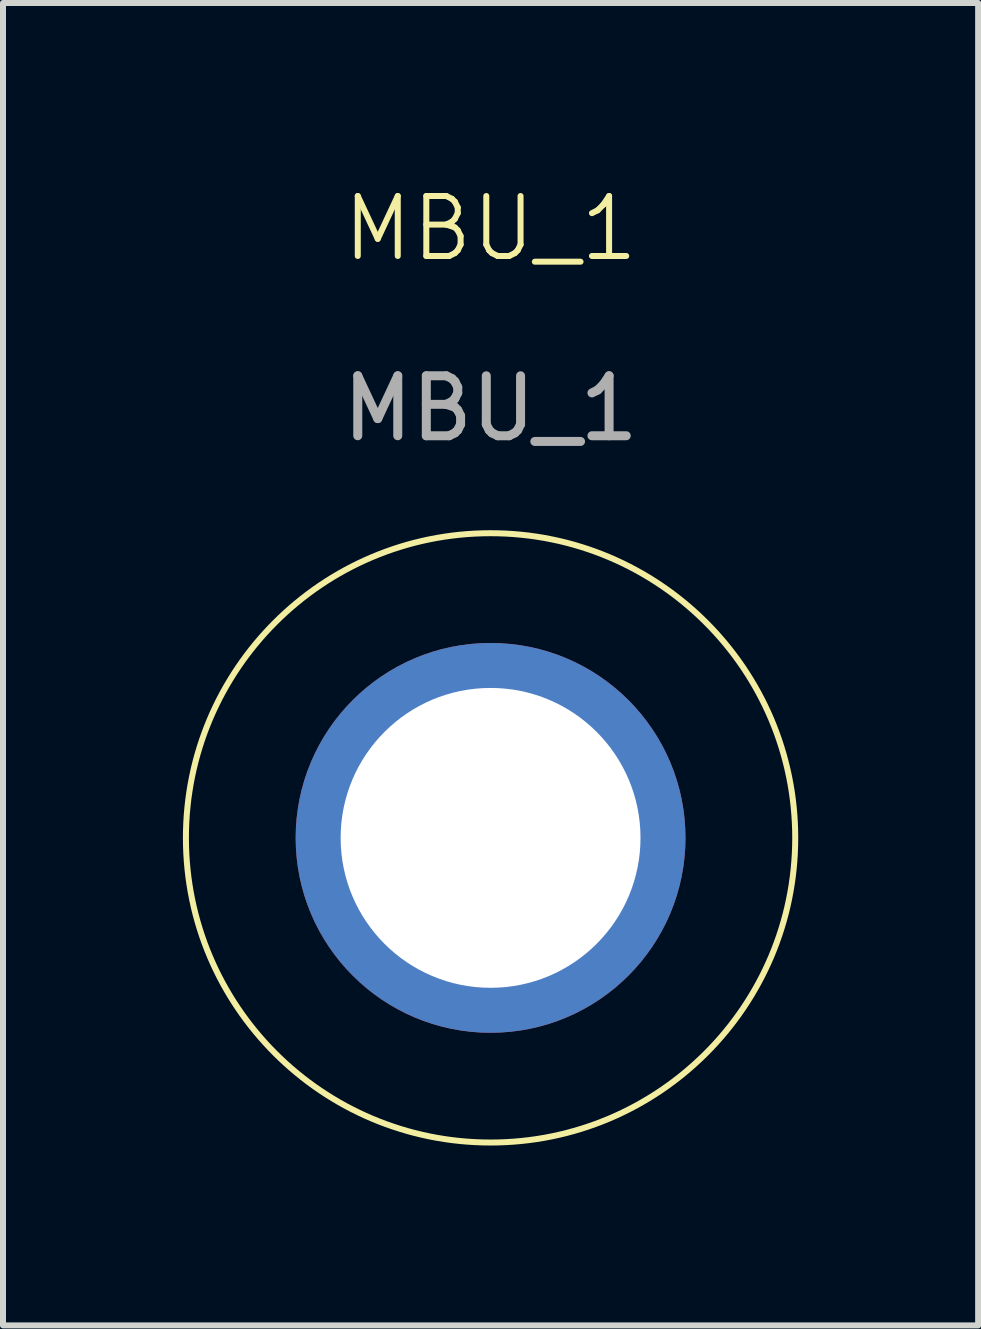
<source format=kicad_pcb>
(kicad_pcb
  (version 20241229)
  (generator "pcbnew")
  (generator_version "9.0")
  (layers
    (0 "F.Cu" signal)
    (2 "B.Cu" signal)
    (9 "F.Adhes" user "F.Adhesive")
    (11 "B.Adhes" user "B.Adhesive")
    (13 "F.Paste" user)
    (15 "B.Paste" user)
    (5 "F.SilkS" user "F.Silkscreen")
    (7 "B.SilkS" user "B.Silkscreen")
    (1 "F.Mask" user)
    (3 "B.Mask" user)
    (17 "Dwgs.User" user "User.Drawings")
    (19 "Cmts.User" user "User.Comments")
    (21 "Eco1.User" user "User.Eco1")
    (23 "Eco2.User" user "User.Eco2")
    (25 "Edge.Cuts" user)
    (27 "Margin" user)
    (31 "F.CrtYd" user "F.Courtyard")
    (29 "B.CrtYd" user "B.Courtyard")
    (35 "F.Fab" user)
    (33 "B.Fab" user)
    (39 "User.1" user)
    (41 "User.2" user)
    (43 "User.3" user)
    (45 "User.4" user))
  (footprint "MBU_1"
    (layer "F.Cu")
    (at 5.13 10.921)
    (property "Reference" "MBU_1" (at 0 -10.16 0) (unlocked yes) (layer "F.SilkS") (effects (font (size 1 1) (thickness 0.1))))
    (attr through_hole)
    (fp_circle (center 0 0) (end 0 -5.08) (stroke (width 0.1) (type default)) (fill no) (layer "F.SilkS"))
    (fp_text user "${REFERENCE}" (at 0 -7.16 0) (unlocked yes) (layer "F.Fab") (effects (font (size 1 1) (thickness 0.15))))
    (pad "1" thru_hole circle (at 0 0) (size 6.5 6.5) (drill 5) (layers "*.Cu" "*.Mask")))
  (gr_rect
    (start -3 -3)
    (end 13.26 19.05)
    (stroke (width 0.1) (type default))
    (fill no)
    (layer "Edge.Cuts")))
</source>
